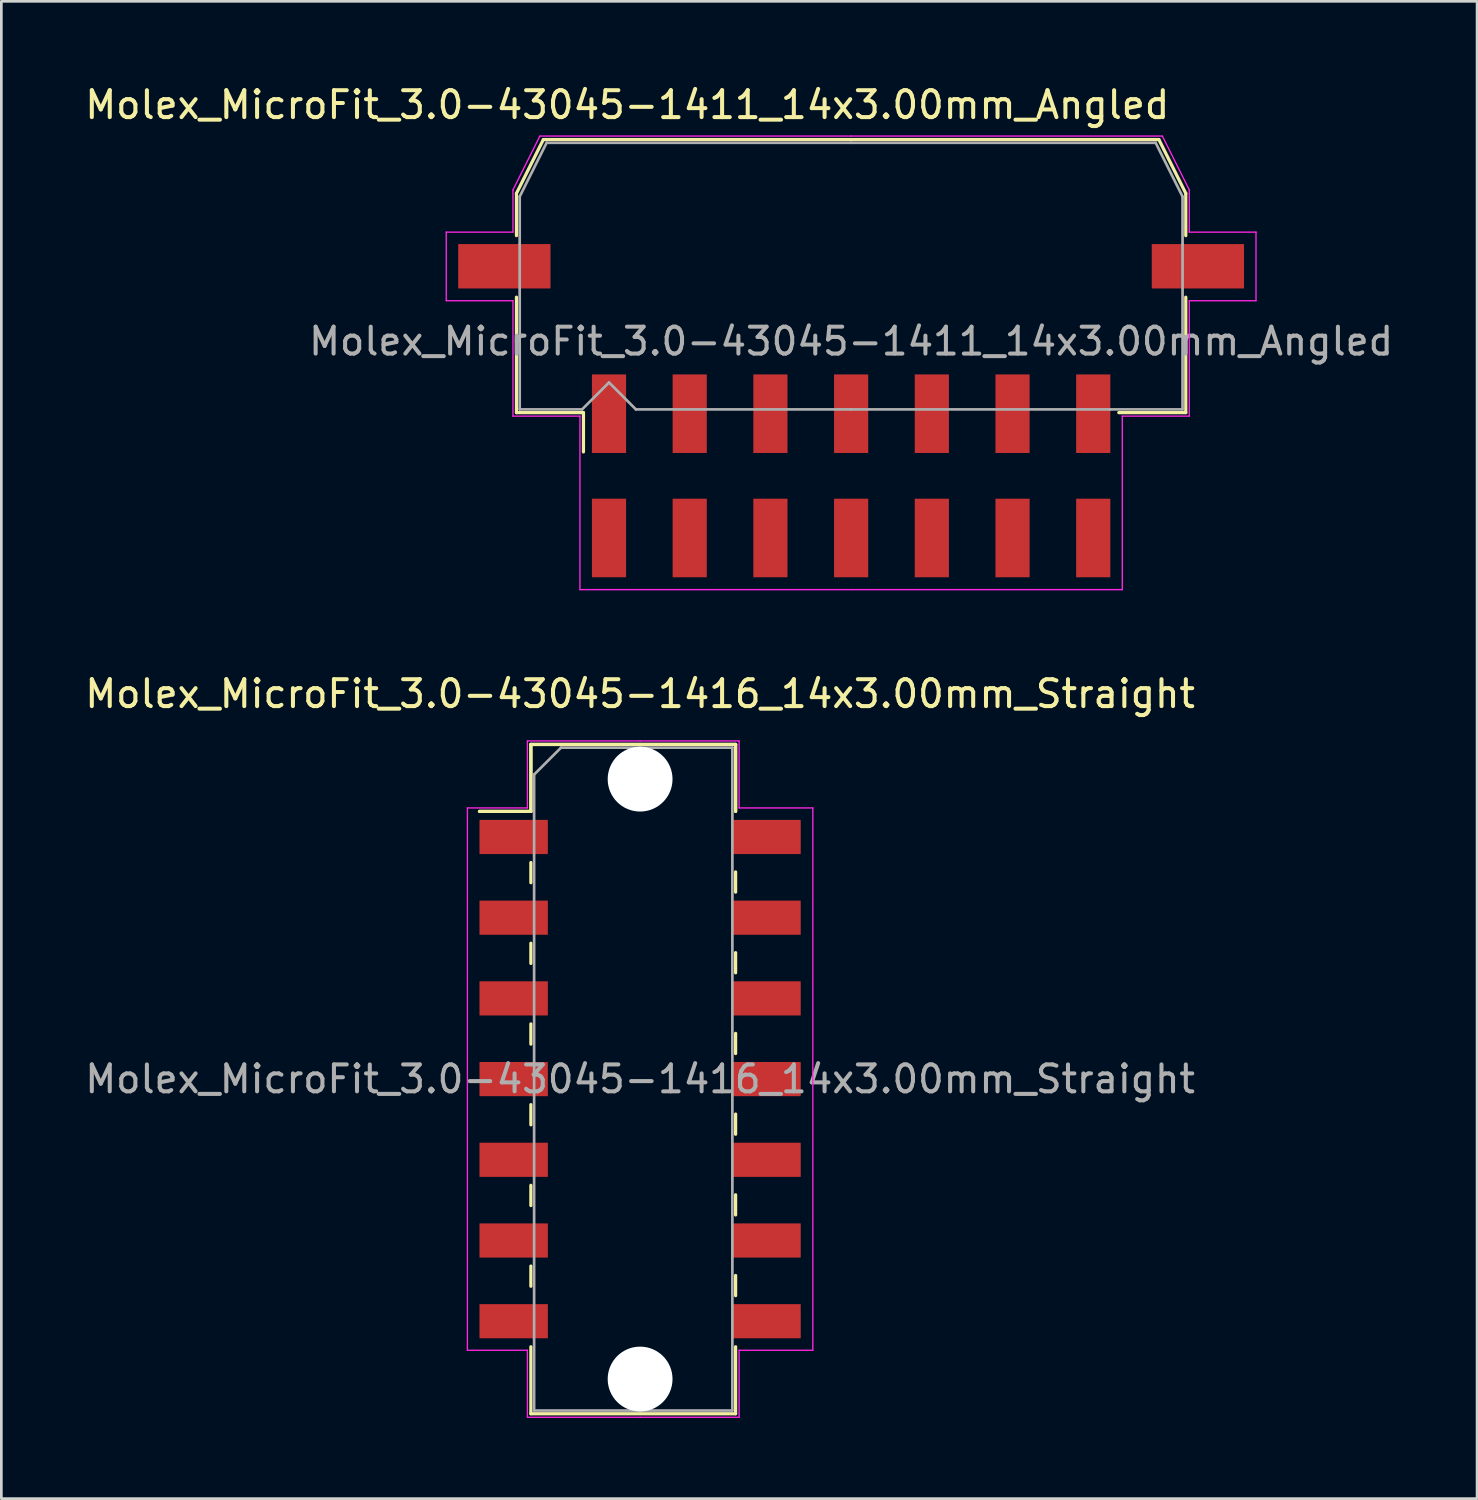
<source format=kicad_pcb>
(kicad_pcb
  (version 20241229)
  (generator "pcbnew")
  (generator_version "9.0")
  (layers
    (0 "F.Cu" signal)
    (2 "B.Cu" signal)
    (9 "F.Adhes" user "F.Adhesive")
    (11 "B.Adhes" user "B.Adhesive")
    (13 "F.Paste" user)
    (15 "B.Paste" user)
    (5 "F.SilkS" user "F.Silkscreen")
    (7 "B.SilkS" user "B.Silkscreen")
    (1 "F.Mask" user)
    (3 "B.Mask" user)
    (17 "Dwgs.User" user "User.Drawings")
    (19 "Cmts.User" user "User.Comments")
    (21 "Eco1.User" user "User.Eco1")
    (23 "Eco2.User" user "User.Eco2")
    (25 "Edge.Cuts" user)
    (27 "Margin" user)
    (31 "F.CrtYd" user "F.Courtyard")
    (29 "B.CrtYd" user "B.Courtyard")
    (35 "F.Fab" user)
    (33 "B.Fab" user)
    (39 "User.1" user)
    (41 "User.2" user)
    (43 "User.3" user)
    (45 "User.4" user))
  (footprint "Molex_MicroFit_3.0-43045-1411_14x3.00mm_Angled"
    (layer "F.Cu")
    (at 28.588 14.638)
    (property "Reference" "Molex_MicroFit_3.0-43045-1411_14x3.00mm_Angled" (at -8.32 -13.79 0) (layer "F.SilkS") (effects (font (size 1 1) (thickness 0.15))))
    (attr smd)
    (fp_line (start -12.44 -10.5) (end -12.44 -8.93) (stroke (width 0.12) (type solid)) (layer "F.SilkS"))
    (fp_line (start -12.44 -6.64) (end -12.44 -2.35) (stroke (width 0.12) (type solid)) (layer "F.SilkS"))
    (fp_line (start -12.44 -2.35) (end -9.95 -2.35) (stroke (width 0.12) (type solid)) (layer "F.SilkS"))
    (fp_line (start -11.44 -12.5) (end -12.44 -10.5) (stroke (width 0.12) (type solid)) (layer "F.SilkS"))
    (fp_line (start -9.95 -2.35) (end -9.95 -0.89) (stroke (width 0.12) (type solid)) (layer "F.SilkS"))
    (fp_line (start 0 -12.5) (end -11.44 -12.5) (stroke (width 0.12) (type solid)) (layer "F.SilkS"))
    (fp_line (start 0 -12.5) (end 11.44 -12.5) (stroke (width 0.12) (type solid)) (layer "F.SilkS"))
    (fp_line (start 11.44 -12.5) (end 12.44 -10.5) (stroke (width 0.12) (type solid)) (layer "F.SilkS"))
    (fp_line (start 12.44 -10.5) (end 12.44 -8.93) (stroke (width 0.12) (type solid)) (layer "F.SilkS"))
    (fp_line (start 12.44 -6.64) (end 12.44 -2.35) (stroke (width 0.12) (type solid)) (layer "F.SilkS"))
    (fp_line (start 12.44 -2.35) (end 9.95 -2.35) (stroke (width 0.12) (type solid)) (layer "F.SilkS"))
    (fp_line (start -15.05 -9.06) (end -15.05 -6.51) (stroke (width 0.05) (type solid)) (layer "F.CrtYd"))
    (fp_line (start -15.05 -6.51) (end -12.57 -6.51) (stroke (width 0.05) (type solid)) (layer "F.CrtYd"))
    (fp_line (start -12.57 -10.63) (end -12.57 -9.06) (stroke (width 0.05) (type solid)) (layer "F.CrtYd"))
    (fp_line (start -12.57 -9.06) (end -15.05 -9.06) (stroke (width 0.05) (type solid)) (layer "F.CrtYd"))
    (fp_line (start -12.57 -6.51) (end -12.57 -2.22) (stroke (width 0.05) (type solid)) (layer "F.CrtYd"))
    (fp_line (start -12.57 -2.22) (end -10.08 -2.22) (stroke (width 0.05) (type solid)) (layer "F.CrtYd"))
    (fp_line (start -11.57 -12.63) (end -12.57 -10.63) (stroke (width 0.05) (type solid)) (layer "F.CrtYd"))
    (fp_line (start -10.08 -2.22) (end -10.08 4.23) (stroke (width 0.05) (type solid)) (layer "F.CrtYd"))
    (fp_line (start -10.08 4.23) (end 0 4.23) (stroke (width 0.05) (type solid)) (layer "F.CrtYd"))
    (fp_line (start 0 -12.63) (end -11.57 -12.63) (stroke (width 0.05) (type solid)) (layer "F.CrtYd"))
    (fp_line (start 0 -12.63) (end 11.57 -12.63) (stroke (width 0.05) (type solid)) (layer "F.CrtYd"))
    (fp_line (start 10.08 -2.22) (end 10.08 4.23) (stroke (width 0.05) (type solid)) (layer "F.CrtYd"))
    (fp_line (start 10.08 4.23) (end 0 4.23) (stroke (width 0.05) (type solid)) (layer "F.CrtYd"))
    (fp_line (start 11.57 -12.63) (end 12.57 -10.63) (stroke (width 0.05) (type solid)) (layer "F.CrtYd"))
    (fp_line (start 12.57 -10.63) (end 12.57 -9.06) (stroke (width 0.05) (type solid)) (layer "F.CrtYd"))
    (fp_line (start 12.57 -9.06) (end 15.05 -9.06) (stroke (width 0.05) (type solid)) (layer "F.CrtYd"))
    (fp_line (start 12.57 -6.51) (end 12.57 -2.22) (stroke (width 0.05) (type solid)) (layer "F.CrtYd"))
    (fp_line (start 12.57 -2.22) (end 10.08 -2.22) (stroke (width 0.05) (type solid)) (layer "F.CrtYd"))
    (fp_line (start 15.05 -9.06) (end 15.05 -6.51) (stroke (width 0.05) (type solid)) (layer "F.CrtYd"))
    (fp_line (start 15.05 -6.51) (end 12.57 -6.51) (stroke (width 0.05) (type solid)) (layer "F.CrtYd"))
    (fp_line (start -12.32 -10.38) (end -12.32 -8.61) (stroke (width 0.1) (type solid)) (layer "F.Fab"))
    (fp_line (start -12.32 -8.61) (end -12.32 -2.47) (stroke (width 0.1) (type solid)) (layer "F.Fab"))
    (fp_line (start -12.32 -2.47) (end -10 -2.47) (stroke (width 0.1) (type solid)) (layer "F.Fab"))
    (fp_line (start -11.32 -12.38) (end -12.32 -10.38) (stroke (width 0.1) (type solid)) (layer "F.Fab"))
    (fp_line (start -10 -2.47) (end -9 -3.47) (stroke (width 0.1) (type solid)) (layer "F.Fab"))
    (fp_line (start -9 -3.47) (end -8 -2.47) (stroke (width 0.1) (type solid)) (layer "F.Fab"))
    (fp_line (start -8 -2.47) (end 0 -2.47) (stroke (width 0.1) (type solid)) (layer "F.Fab"))
    (fp_line (start 0 -12.38) (end -11.32 -12.38) (stroke (width 0.1) (type solid)) (layer "F.Fab"))
    (fp_line (start 0 -12.38) (end 11.32 -12.38) (stroke (width 0.1) (type solid)) (layer "F.Fab"))
    (fp_line (start 9.63 -2.47) (end 0 -2.47) (stroke (width 0.1) (type solid)) (layer "F.Fab"))
    (fp_line (start 11.32 -12.38) (end 12.32 -10.38) (stroke (width 0.1) (type solid)) (layer "F.Fab"))
    (fp_line (start 12.32 -10.38) (end 12.32 -8.61) (stroke (width 0.1) (type solid)) (layer "F.Fab"))
    (fp_line (start 12.32 -8.61) (end 12.32 -2.47) (stroke (width 0.1) (type solid)) (layer "F.Fab"))
    (fp_line (start 12.32 -2.47) (end 9.63 -2.47) (stroke (width 0.1) (type solid)) (layer "F.Fab"))
    (fp_text user "${REFERENCE}" (at 0 -5 0) (layer "F.Fab") (effects (font (size 1 1) (thickness 0.15))))
    (pad "" smd rect (at -12.89 -7.79) (size 3.43 1.65) (layers "F.Cu" "F.Mask" "F.Paste"))
    (pad "" smd rect (at 12.89 -7.79) (size 3.43 1.65) (layers "F.Cu" "F.Mask" "F.Paste"))
    (pad "1" smd rect (at -9 -2.31) (size 1.27 2.92) (layers "F.Cu" "F.Mask" "F.Paste"))
    (pad "2" smd rect (at -6 -2.31) (size 1.27 2.92) (layers "F.Cu" "F.Mask" "F.Paste"))
    (pad "3" smd rect (at -3 -2.31) (size 1.27 2.92) (layers "F.Cu" "F.Mask" "F.Paste"))
    (pad "4" smd rect (at 0 -2.31) (size 1.27 2.92) (layers "F.Cu" "F.Mask" "F.Paste"))
    (pad "5" smd rect (at 3 -2.31) (size 1.27 2.92) (layers "F.Cu" "F.Mask" "F.Paste"))
    (pad "6" smd rect (at 6 -2.31) (size 1.27 2.92) (layers "F.Cu" "F.Mask" "F.Paste"))
    (pad "7" smd rect (at 9 -2.31) (size 1.27 2.92) (layers "F.Cu" "F.Mask" "F.Paste"))
    (pad "8" smd rect (at 9 2.31) (size 1.27 2.92) (layers "F.Cu" "F.Mask" "F.Paste"))
    (pad "9" smd rect (at 6 2.31) (size 1.27 2.92) (layers "F.Cu" "F.Mask" "F.Paste"))
    (pad "10" smd rect (at 3 2.31) (size 1.27 2.92) (layers "F.Cu" "F.Mask" "F.Paste"))
    (pad "11" smd rect (at 0 2.31) (size 1.27 2.92) (layers "F.Cu" "F.Mask" "F.Paste"))
    (pad "12" smd rect (at -3 2.31) (size 1.27 2.92) (layers "F.Cu" "F.Mask" "F.Paste"))
    (pad "13" smd rect (at -6 2.31) (size 1.27 2.92) (layers "F.Cu" "F.Mask" "F.Paste"))
    (pad "14" smd rect (at -9 2.31) (size 1.27 2.92) (layers "F.Cu" "F.Mask" "F.Paste")))
  (footprint "Molex_MicroFit_3.0-43045-1416_14x3.00mm_Straight"
    (layer "F.Cu")
    (at 20.744 37.062)
    (property "Reference" "Molex_MicroFit_3.0-43045-1416_14x3.00mm_Straight" (at 0 -14.32 0) (layer "F.SilkS") (effects (font (size 1 1) (thickness 0.15))))
    (attr smd)
    (fp_line (start -5.97 -9.95) (end -4.06 -9.95) (stroke (width 0.12) (type solid)) (layer "F.SilkS"))
    (fp_line (start -5.97 -9.95) (end -4.06 -9.95) (stroke (width 0.12) (type solid)) (layer "F.SilkS"))
    (fp_line (start -4.06 -12.44) (end 3.55 -12.44) (stroke (width 0.12) (type solid)) (layer "F.SilkS"))
    (fp_line (start -4.06 -12.44) (end 3.55 -12.44) (stroke (width 0.12) (type solid)) (layer "F.SilkS"))
    (fp_line (start -4.06 -9.95) (end -4.06 -12.44) (stroke (width 0.12) (type solid)) (layer "F.SilkS"))
    (fp_line (start -4.06 -9.95) (end -4.06 -12.44) (stroke (width 0.12) (type solid)) (layer "F.SilkS"))
    (fp_line (start -4.06 -8.05) (end -4.06 -7.3) (stroke (width 0.12) (type solid)) (layer "F.SilkS"))
    (fp_line (start -4.06 -5.05) (end -4.06 -4.3) (stroke (width 0.12) (type solid)) (layer "F.SilkS"))
    (fp_line (start -4.06 -2.05) (end -4.06 -1.3) (stroke (width 0.12) (type solid)) (layer "F.SilkS"))
    (fp_line (start -4.06 0.95) (end -4.06 1.7) (stroke (width 0.12) (type solid)) (layer "F.SilkS"))
    (fp_line (start -4.06 3.95) (end -4.06 4.7) (stroke (width 0.12) (type solid)) (layer "F.SilkS"))
    (fp_line (start -4.06 6.95) (end -4.06 7.7) (stroke (width 0.12) (type solid)) (layer "F.SilkS"))
    (fp_line (start -4.06 12.44) (end -4.06 9.95) (stroke (width 0.12) (type solid)) (layer "F.SilkS"))
    (fp_line (start 3.55 -12.44) (end 3.55 -9.95) (stroke (width 0.12) (type solid)) (layer "F.SilkS"))
    (fp_line (start 3.55 -12.44) (end 3.55 -9.95) (stroke (width 0.12) (type solid)) (layer "F.SilkS"))
    (fp_line (start 3.55 -6.95) (end 3.55 -7.7) (stroke (width 0.12) (type solid)) (layer "F.SilkS"))
    (fp_line (start 3.55 -3.95) (end 3.55 -4.7) (stroke (width 0.12) (type solid)) (layer "F.SilkS"))
    (fp_line (start 3.55 -0.95) (end 3.55 -1.7) (stroke (width 0.12) (type solid)) (layer "F.SilkS"))
    (fp_line (start 3.55 2.05) (end 3.55 1.3) (stroke (width 0.12) (type solid)) (layer "F.SilkS"))
    (fp_line (start 3.55 5.05) (end 3.55 4.3) (stroke (width 0.12) (type solid)) (layer "F.SilkS"))
    (fp_line (start 3.55 8.05) (end 3.55 7.3) (stroke (width 0.12) (type solid)) (layer "F.SilkS"))
    (fp_line (start 3.55 9.95) (end 3.55 12.44) (stroke (width 0.12) (type solid)) (layer "F.SilkS"))
    (fp_line (start 3.55 12.44) (end -4.06 12.44) (stroke (width 0.12) (type solid)) (layer "F.SilkS"))
    (fp_line (start -6.42 -10.08) (end -4.19 -10.08) (stroke (width 0.05) (type solid)) (layer "F.CrtYd"))
    (fp_line (start -6.42 10.08) (end -6.42 -10.08) (stroke (width 0.05) (type solid)) (layer "F.CrtYd"))
    (fp_line (start -4.19 -12.57) (end 0 -12.57) (stroke (width 0.05) (type solid)) (layer "F.CrtYd"))
    (fp_line (start -4.19 -10.08) (end -4.19 -12.57) (stroke (width 0.05) (type solid)) (layer "F.CrtYd"))
    (fp_line (start -4.19 10.08) (end -6.42 10.08) (stroke (width 0.05) (type solid)) (layer "F.CrtYd"))
    (fp_line (start -4.19 12.57) (end -4.19 10.08) (stroke (width 0.05) (type solid)) (layer "F.CrtYd"))
    (fp_line (start 0 -12.57) (end 3.68 -12.57) (stroke (width 0.05) (type solid)) (layer "F.CrtYd"))
    (fp_line (start 0 12.57) (end -4.19 12.57) (stroke (width 0.05) (type solid)) (layer "F.CrtYd"))
    (fp_line (start 3.68 -12.57) (end 3.68 -10.08) (stroke (width 0.05) (type solid)) (layer "F.CrtYd"))
    (fp_line (start 3.68 -10.08) (end 6.42 -10.08) (stroke (width 0.05) (type solid)) (layer "F.CrtYd"))
    (fp_line (start 3.68 10.08) (end 3.68 12.57) (stroke (width 0.05) (type solid)) (layer "F.CrtYd"))
    (fp_line (start 3.68 12.57) (end 0 12.57) (stroke (width 0.05) (type solid)) (layer "F.CrtYd"))
    (fp_line (start 6.42 -10.08) (end 6.42 10.08) (stroke (width 0.05) (type solid)) (layer "F.CrtYd"))
    (fp_line (start 6.42 10.08) (end 3.68 10.08) (stroke (width 0.05) (type solid)) (layer "F.CrtYd"))
    (fp_line (start -3.94 -11.32) (end -2.94 -12.32) (stroke (width 0.1) (type solid)) (layer "F.Fab"))
    (fp_line (start -3.94 12.32) (end -3.94 -11.32) (stroke (width 0.1) (type solid)) (layer "F.Fab"))
    (fp_line (start -2.94 -12.32) (end 0 -12.32) (stroke (width 0.1) (type solid)) (layer "F.Fab"))
    (fp_line (start 0 -12.32) (end 3.43 -12.32) (stroke (width 0.1) (type solid)) (layer "F.Fab"))
    (fp_line (start 0 12.32) (end -3.94 12.32) (stroke (width 0.1) (type solid)) (layer "F.Fab"))
    (fp_line (start 3.43 -12.32) (end 3.43 12.32) (stroke (width 0.1) (type solid)) (layer "F.Fab"))
    (fp_line (start 3.43 12.32) (end 0 12.32) (stroke (width 0.1) (type solid)) (layer "F.Fab"))
    (fp_text user "${REFERENCE}" (at 0 0 0) (layer "F.Fab") (effects (font (size 1 1) (thickness 0.15))))
    (pad "" np_thru_hole circle (at 0 -11.15) (size 2.41 2.41) (drill 2.41) (layers "*.Cu"))
    (pad "" np_thru_hole circle (at 0 11.15) (size 2.41 2.41) (drill 2.41) (layers "*.Cu"))
    (pad "1" smd rect (at -4.7 -9) (size 2.54 1.27) (layers "F.Cu" "F.Mask" "F.Paste"))
    (pad "2" smd rect (at -4.7 -6) (size 2.54 1.27) (layers "F.Cu" "F.Mask" "F.Paste"))
    (pad "3" smd rect (at -4.7 -3) (size 2.54 1.27) (layers "F.Cu" "F.Mask" "F.Paste"))
    (pad "4" smd rect (at -4.7 0) (size 2.54 1.27) (layers "F.Cu" "F.Mask" "F.Paste"))
    (pad "5" smd rect (at -4.7 3) (size 2.54 1.27) (layers "F.Cu" "F.Mask" "F.Paste"))
    (pad "6" smd rect (at -4.7 6) (size 2.54 1.27) (layers "F.Cu" "F.Mask" "F.Paste"))
    (pad "7" smd rect (at -4.7 9) (size 2.54 1.27) (layers "F.Cu" "F.Mask" "F.Paste"))
    (pad "8" smd rect (at 4.7 9) (size 2.54 1.27) (layers "F.Cu" "F.Mask" "F.Paste"))
    (pad "9" smd rect (at 4.7 6) (size 2.54 1.27) (layers "F.Cu" "F.Mask" "F.Paste"))
    (pad "10" smd rect (at 4.7 3) (size 2.54 1.27) (layers "F.Cu" "F.Mask" "F.Paste"))
    (pad "11" smd rect (at 4.7 0) (size 2.54 1.27) (layers "F.Cu" "F.Mask" "F.Paste"))
    (pad "12" smd rect (at 4.7 -3) (size 2.54 1.27) (layers "F.Cu" "F.Mask" "F.Paste"))
    (pad "13" smd rect (at 4.7 -6) (size 2.54 1.27) (layers "F.Cu" "F.Mask" "F.Paste"))
    (pad "14" smd rect (at 4.7 -9) (size 2.54 1.27) (layers "F.Cu" "F.Mask" "F.Paste")))
  (gr_rect
    (start -3 -3)
    (end 51.856 52.657)
    (stroke (width 0.1) (type default))
    (fill no)
    (layer "Edge.Cuts")))
</source>
